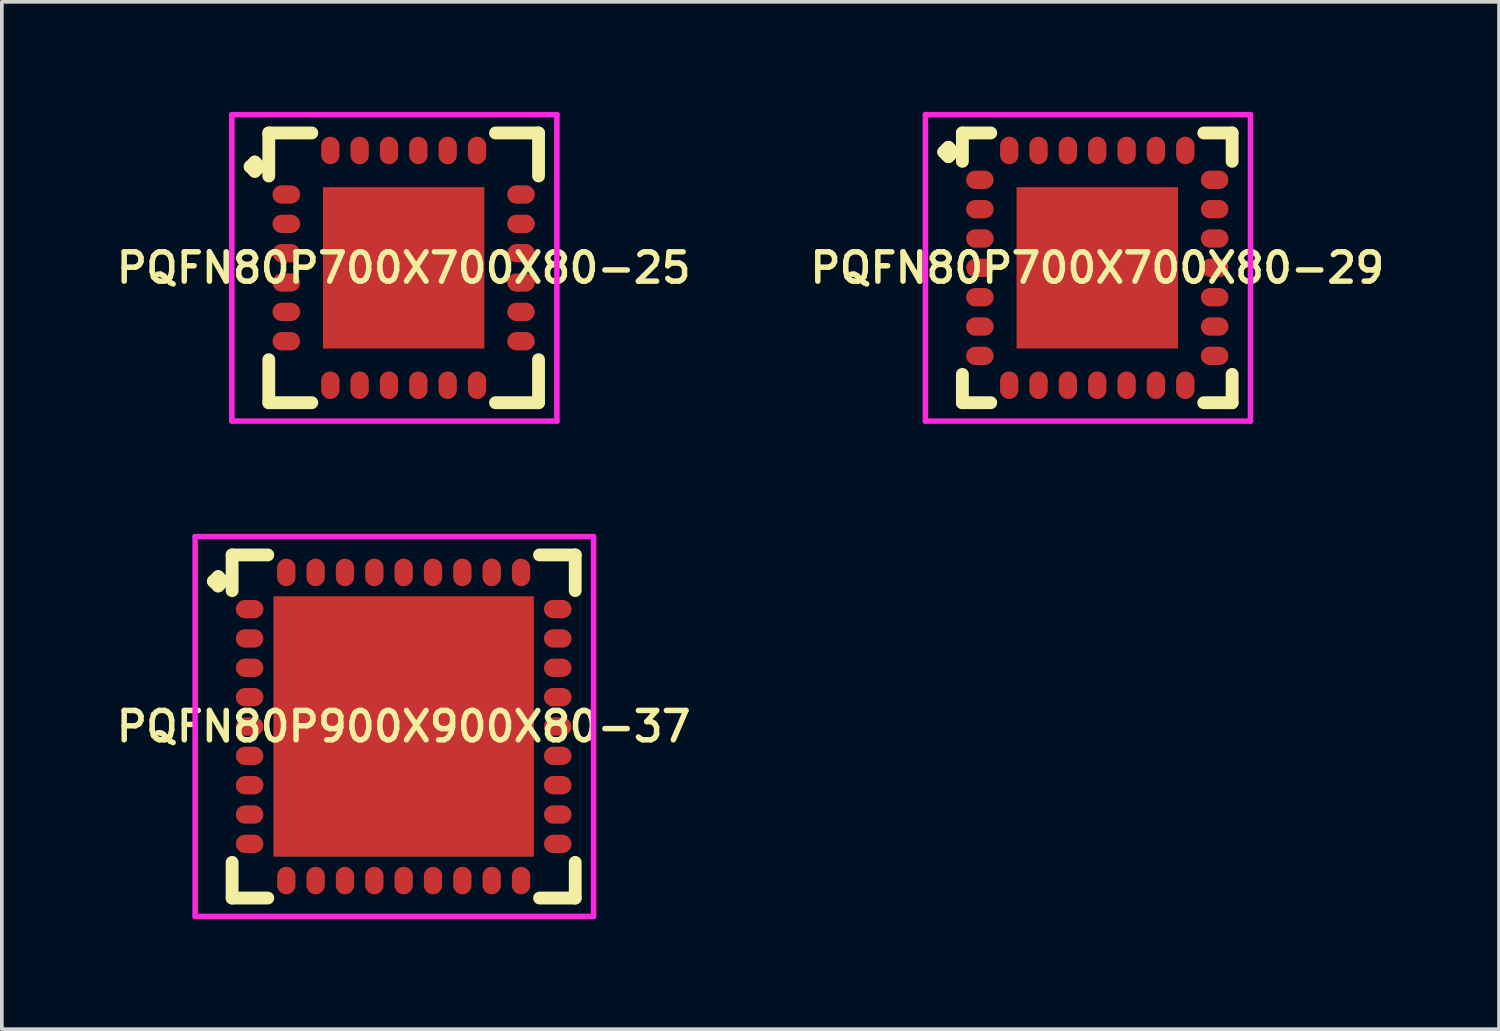
<source format=kicad_pcb>
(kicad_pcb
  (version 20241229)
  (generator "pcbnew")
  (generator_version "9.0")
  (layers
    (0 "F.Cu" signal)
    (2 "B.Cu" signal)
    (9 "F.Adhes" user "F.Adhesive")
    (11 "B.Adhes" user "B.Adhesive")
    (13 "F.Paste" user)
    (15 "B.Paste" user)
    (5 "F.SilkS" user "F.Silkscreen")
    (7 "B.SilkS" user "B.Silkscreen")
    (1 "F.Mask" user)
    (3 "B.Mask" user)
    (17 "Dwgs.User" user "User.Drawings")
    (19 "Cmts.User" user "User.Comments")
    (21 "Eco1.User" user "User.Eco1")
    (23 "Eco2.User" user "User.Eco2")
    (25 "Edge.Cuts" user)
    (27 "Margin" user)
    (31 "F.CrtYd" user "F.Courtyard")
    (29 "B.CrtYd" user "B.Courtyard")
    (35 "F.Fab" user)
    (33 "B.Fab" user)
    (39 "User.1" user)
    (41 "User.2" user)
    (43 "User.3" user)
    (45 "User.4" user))
  (footprint "PQFN80P900X900X80-37"
    (layer "F.Cu")
    (at 7.955 16.756)
    (property "Reference" "PQFN80P900X900X80-37" (at 0 0 0) (layer "F.SilkS") (effects (font (size 0.8 0.8) (thickness 0.15))))
    (attr through_hole)
    (fp_line (start -5.185 -3.958) (end -5.058 -4.085) (stroke (width 0.35) (type solid)) (layer "F.SilkS"))
    (fp_line (start -5.058 -4.085) (end -4.931 -3.958) (stroke (width 0.35) (type solid)) (layer "F.SilkS"))
    (fp_line (start -5.058 -3.831) (end -5.185 -3.958) (stroke (width 0.35) (type solid)) (layer "F.SilkS"))
    (fp_line (start -4.931 -3.958) (end -5.058 -3.831) (stroke (width 0.35) (type solid)) (layer "F.SilkS"))
    (fp_line (start -4.677 -4.677) (end -3.704 -4.677) (stroke (width 0.35) (type solid)) (layer "F.SilkS"))
    (fp_line (start -4.677 -3.704) (end -4.677 -4.677) (stroke (width 0.35) (type solid)) (layer "F.SilkS"))
    (fp_line (start -4.677 3.704) (end -4.677 4.677) (stroke (width 0.35) (type solid)) (layer "F.SilkS"))
    (fp_line (start -4.677 4.677) (end -3.704 4.677) (stroke (width 0.35) (type solid)) (layer "F.SilkS"))
    (fp_line (start 3.704 -4.677) (end 4.677 -4.677) (stroke (width 0.35) (type solid)) (layer "F.SilkS"))
    (fp_line (start 3.704 4.677) (end 4.677 4.677) (stroke (width 0.35) (type solid)) (layer "F.SilkS"))
    (fp_line (start 4.677 -4.677) (end 4.677 -3.704) (stroke (width 0.35) (type solid)) (layer "F.SilkS"))
    (fp_line (start 4.677 4.677) (end 4.677 3.704) (stroke (width 0.35) (type solid)) (layer "F.SilkS"))
    (fp_line (start -5.685 -5.177) (end 5.177 -5.177) (stroke (width 0.15) (type solid)) (layer "F.CrtYd"))
    (fp_line (start -5.685 5.177) (end -5.685 -5.177) (stroke (width 0.15) (type solid)) (layer "F.CrtYd"))
    (fp_line (start 5.177 -5.177) (end 5.177 5.177) (stroke (width 0.15) (type solid)) (layer "F.CrtYd"))
    (fp_line (start 5.177 5.177) (end -5.685 5.177) (stroke (width 0.15) (type solid)) (layer "F.CrtYd"))
    (pad "1" smd oval (at -4.2 -3.2) (size 0.75 0.5) (layers "F.Cu" "F.Mask" "F.Paste"))
    (pad "2" smd oval (at -4.2 -2.4) (size 0.75 0.5) (layers "F.Cu" "F.Mask" "F.Paste"))
    (pad "3" smd oval (at -4.2 -1.6) (size 0.75 0.5) (layers "F.Cu" "F.Mask" "F.Paste"))
    (pad "4" smd oval (at -4.2 -0.8) (size 0.75 0.5) (layers "F.Cu" "F.Mask" "F.Paste"))
    (pad "5" smd oval (at -4.2 0) (size 0.75 0.5) (layers "F.Cu" "F.Mask" "F.Paste"))
    (pad "6" smd oval (at -4.2 0.8) (size 0.75 0.5) (layers "F.Cu" "F.Mask" "F.Paste"))
    (pad "7" smd oval (at -4.2 1.6) (size 0.75 0.5) (layers "F.Cu" "F.Mask" "F.Paste"))
    (pad "8" smd oval (at -4.2 2.4) (size 0.75 0.5) (layers "F.Cu" "F.Mask" "F.Paste"))
    (pad "9" smd oval (at -4.2 3.2) (size 0.75 0.5) (layers "F.Cu" "F.Mask" "F.Paste"))
    (pad "10" smd oval (at -3.2 4.2) (size 0.5 0.75) (layers "F.Cu" "F.Mask" "F.Paste"))
    (pad "11" smd oval (at -2.4 4.2) (size 0.5 0.75) (layers "F.Cu" "F.Mask" "F.Paste"))
    (pad "12" smd oval (at -1.6 4.2) (size 0.5 0.75) (layers "F.Cu" "F.Mask" "F.Paste"))
    (pad "13" smd oval (at -0.8 4.2) (size 0.5 0.75) (layers "F.Cu" "F.Mask" "F.Paste"))
    (pad "14" smd oval (at 0 4.2) (size 0.5 0.75) (layers "F.Cu" "F.Mask" "F.Paste"))
    (pad "15" smd oval (at 0.8 4.2) (size 0.5 0.75) (layers "F.Cu" "F.Mask" "F.Paste"))
    (pad "16" smd oval (at 1.6 4.2) (size 0.5 0.75) (layers "F.Cu" "F.Mask" "F.Paste"))
    (pad "17" smd oval (at 2.4 4.2) (size 0.5 0.75) (layers "F.Cu" "F.Mask" "F.Paste"))
    (pad "18" smd oval (at 3.2 4.2) (size 0.5 0.75) (layers "F.Cu" "F.Mask" "F.Paste"))
    (pad "19" smd oval (at 4.2 3.2) (size 0.75 0.5) (layers "F.Cu" "F.Mask" "F.Paste"))
    (pad "20" smd oval (at 4.2 2.4) (size 0.75 0.5) (layers "F.Cu" "F.Mask" "F.Paste"))
    (pad "21" smd oval (at 4.2 1.6) (size 0.75 0.5) (layers "F.Cu" "F.Mask" "F.Paste"))
    (pad "22" smd oval (at 4.2 0.8) (size 0.75 0.5) (layers "F.Cu" "F.Mask" "F.Paste"))
    (pad "23" smd oval (at 4.2 0) (size 0.75 0.5) (layers "F.Cu" "F.Mask" "F.Paste"))
    (pad "24" smd oval (at 4.2 -0.8) (size 0.75 0.5) (layers "F.Cu" "F.Mask" "F.Paste"))
    (pad "25" smd oval (at 4.2 -1.6) (size 0.75 0.5) (layers "F.Cu" "F.Mask" "F.Paste"))
    (pad "26" smd oval (at 4.2 -2.4) (size 0.75 0.5) (layers "F.Cu" "F.Mask" "F.Paste"))
    (pad "27" smd oval (at 4.2 -3.2) (size 0.75 0.5) (layers "F.Cu" "F.Mask" "F.Paste"))
    (pad "28" smd oval (at 3.2 -4.2) (size 0.5 0.75) (layers "F.Cu" "F.Mask" "F.Paste"))
    (pad "29" smd oval (at 2.4 -4.2) (size 0.5 0.75) (layers "F.Cu" "F.Mask" "F.Paste"))
    (pad "30" smd oval (at 1.6 -4.2) (size 0.5 0.75) (layers "F.Cu" "F.Mask" "F.Paste"))
    (pad "31" smd oval (at 0.8 -4.2) (size 0.5 0.75) (layers "F.Cu" "F.Mask" "F.Paste"))
    (pad "32" smd oval (at 0 -4.2) (size 0.5 0.75) (layers "F.Cu" "F.Mask" "F.Paste"))
    (pad "33" smd oval (at -0.8 -4.2) (size 0.5 0.75) (layers "F.Cu" "F.Mask" "F.Paste"))
    (pad "34" smd oval (at -1.6 -4.2) (size 0.5 0.75) (layers "F.Cu" "F.Mask" "F.Paste"))
    (pad "35" smd oval (at -2.4 -4.2) (size 0.5 0.75) (layers "F.Cu" "F.Mask" "F.Paste"))
    (pad "36" smd oval (at -3.2 -4.2) (size 0.5 0.75) (layers "F.Cu" "F.Mask" "F.Paste"))
    (pad "37" smd rect (at 0 0) (size 7.1 7.1) (layers "F.Cu" "F.Mask" "F.Paste")))
  (footprint "PQFN80P700X700X80-25"
    (layer "F.Cu")
    (at 7.955 4.252)
    (property "Reference" "PQFN80P700X700X80-25" (at 0 0 0) (layer "F.SilkS") (effects (font (size 0.8 0.8) (thickness 0.15))))
    (attr smd)
    (fp_line (start -4.185 -2.758) (end -4.058 -2.885) (stroke (width 0.35) (type solid)) (layer "F.SilkS"))
    (fp_line (start -4.058 -2.885) (end -3.931 -2.758) (stroke (width 0.35) (type solid)) (layer "F.SilkS"))
    (fp_line (start -4.058 -2.631) (end -4.185 -2.758) (stroke (width 0.35) (type solid)) (layer "F.SilkS"))
    (fp_line (start -3.931 -2.758) (end -4.058 -2.631) (stroke (width 0.35) (type solid)) (layer "F.SilkS"))
    (fp_line (start -3.677 -3.677) (end -2.504 -3.677) (stroke (width 0.35) (type solid)) (layer "F.SilkS"))
    (fp_line (start -3.677 -2.504) (end -3.677 -3.677) (stroke (width 0.35) (type solid)) (layer "F.SilkS"))
    (fp_line (start -3.677 2.504) (end -3.677 3.677) (stroke (width 0.35) (type solid)) (layer "F.SilkS"))
    (fp_line (start -3.677 3.677) (end -2.504 3.677) (stroke (width 0.35) (type solid)) (layer "F.SilkS"))
    (fp_line (start 2.504 -3.677) (end 3.677 -3.677) (stroke (width 0.35) (type solid)) (layer "F.SilkS"))
    (fp_line (start 2.504 3.677) (end 3.677 3.677) (stroke (width 0.35) (type solid)) (layer "F.SilkS"))
    (fp_line (start 3.677 -3.677) (end 3.677 -2.504) (stroke (width 0.35) (type solid)) (layer "F.SilkS"))
    (fp_line (start 3.677 3.677) (end 3.677 2.504) (stroke (width 0.35) (type solid)) (layer "F.SilkS"))
    (fp_line (start -4.685 -4.177) (end 4.177 -4.177) (stroke (width 0.15) (type solid)) (layer "F.CrtYd"))
    (fp_line (start -4.685 4.177) (end -4.685 -4.177) (stroke (width 0.15) (type solid)) (layer "F.CrtYd"))
    (fp_line (start 4.177 -4.177) (end 4.177 4.177) (stroke (width 0.15) (type solid)) (layer "F.CrtYd"))
    (fp_line (start 4.177 4.177) (end -4.685 4.177) (stroke (width 0.15) (type solid)) (layer "F.CrtYd"))
    (pad "1" smd oval (at -3.2 -2) (size 0.75 0.5) (layers "F.Cu" "F.Mask" "F.Paste"))
    (pad "2" smd oval (at -3.2 -1.2) (size 0.75 0.5) (layers "F.Cu" "F.Mask" "F.Paste"))
    (pad "3" smd oval (at -3.2 -0.4) (size 0.75 0.5) (layers "F.Cu" "F.Mask" "F.Paste"))
    (pad "4" smd oval (at -3.2 0.4) (size 0.75 0.5) (layers "F.Cu" "F.Mask" "F.Paste"))
    (pad "5" smd oval (at -3.2 1.2) (size 0.75 0.5) (layers "F.Cu" "F.Mask" "F.Paste"))
    (pad "6" smd oval (at -3.2 2) (size 0.75 0.5) (layers "F.Cu" "F.Mask" "F.Paste"))
    (pad "7" smd oval (at -2 3.2) (size 0.5 0.75) (layers "F.Cu" "F.Mask" "F.Paste"))
    (pad "8" smd oval (at -1.2 3.2) (size 0.5 0.75) (layers "F.Cu" "F.Mask" "F.Paste"))
    (pad "9" smd oval (at -0.4 3.2) (size 0.5 0.75) (layers "F.Cu" "F.Mask" "F.Paste"))
    (pad "10" smd oval (at 0.4 3.2) (size 0.5 0.75) (layers "F.Cu" "F.Mask" "F.Paste"))
    (pad "11" smd oval (at 1.2 3.2) (size 0.5 0.75) (layers "F.Cu" "F.Mask" "F.Paste"))
    (pad "12" smd oval (at 2 3.2) (size 0.5 0.75) (layers "F.Cu" "F.Mask" "F.Paste"))
    (pad "13" smd oval (at 3.2 2) (size 0.75 0.5) (layers "F.Cu" "F.Mask" "F.Paste"))
    (pad "14" smd oval (at 3.2 1.2) (size 0.75 0.5) (layers "F.Cu" "F.Mask" "F.Paste"))
    (pad "15" smd oval (at 3.2 0.4) (size 0.75 0.5) (layers "F.Cu" "F.Mask" "F.Paste"))
    (pad "16" smd oval (at 3.2 -0.4) (size 0.75 0.5) (layers "F.Cu" "F.Mask" "F.Paste"))
    (pad "17" smd oval (at 3.2 -1.2) (size 0.75 0.5) (layers "F.Cu" "F.Mask" "F.Paste"))
    (pad "18" smd oval (at 3.2 -2) (size 0.75 0.5) (layers "F.Cu" "F.Mask" "F.Paste"))
    (pad "19" smd oval (at 2 -3.2) (size 0.5 0.75) (layers "F.Cu" "F.Mask" "F.Paste"))
    (pad "20" smd oval (at 1.2 -3.2) (size 0.5 0.75) (layers "F.Cu" "F.Mask" "F.Paste"))
    (pad "21" smd oval (at 0.4 -3.2) (size 0.5 0.75) (layers "F.Cu" "F.Mask" "F.Paste"))
    (pad "22" smd oval (at -0.4 -3.2) (size 0.5 0.75) (layers "F.Cu" "F.Mask" "F.Paste"))
    (pad "23" smd oval (at -1.2 -3.2) (size 0.5 0.75) (layers "F.Cu" "F.Mask" "F.Paste"))
    (pad "24" smd oval (at -2 -3.2) (size 0.5 0.75) (layers "F.Cu" "F.Mask" "F.Paste"))
    (pad "25" smd rect (at 0 0) (size 4.4 4.4) (layers "F.Cu" "F.Mask" "F.Paste")))
  (footprint "PQFN80P700X700X80-29"
    (layer "F.Cu")
    (at 26.864 4.252)
    (property "Reference" "PQFN80P700X700X80-29" (at 0 0 0) (layer "F.SilkS") (effects (font (size 0.8 0.8) (thickness 0.15))))
    (attr through_hole)
    (fp_line (start -4.185 -3.158) (end -4.058 -3.285) (stroke (width 0.35) (type solid)) (layer "F.SilkS"))
    (fp_line (start -4.058 -3.285) (end -3.931 -3.158) (stroke (width 0.35) (type solid)) (layer "F.SilkS"))
    (fp_line (start -4.058 -3.031) (end -4.185 -3.158) (stroke (width 0.35) (type solid)) (layer "F.SilkS"))
    (fp_line (start -3.931 -3.158) (end -4.058 -3.031) (stroke (width 0.35) (type solid)) (layer "F.SilkS"))
    (fp_line (start -3.677 -3.677) (end -2.904 -3.677) (stroke (width 0.35) (type solid)) (layer "F.SilkS"))
    (fp_line (start -3.677 -2.904) (end -3.677 -3.677) (stroke (width 0.35) (type solid)) (layer "F.SilkS"))
    (fp_line (start -3.677 2.904) (end -3.677 3.677) (stroke (width 0.35) (type solid)) (layer "F.SilkS"))
    (fp_line (start -3.677 3.677) (end -2.904 3.677) (stroke (width 0.35) (type solid)) (layer "F.SilkS"))
    (fp_line (start 2.904 -3.677) (end 3.677 -3.677) (stroke (width 0.35) (type solid)) (layer "F.SilkS"))
    (fp_line (start 2.904 3.677) (end 3.677 3.677) (stroke (width 0.35) (type solid)) (layer "F.SilkS"))
    (fp_line (start 3.677 -3.677) (end 3.677 -2.904) (stroke (width 0.35) (type solid)) (layer "F.SilkS"))
    (fp_line (start 3.677 3.677) (end 3.677 2.904) (stroke (width 0.35) (type solid)) (layer "F.SilkS"))
    (fp_line (start -4.685 -4.177) (end 4.177 -4.177) (stroke (width 0.15) (type solid)) (layer "F.CrtYd"))
    (fp_line (start -4.685 4.177) (end -4.685 -4.177) (stroke (width 0.15) (type solid)) (layer "F.CrtYd"))
    (fp_line (start 4.177 -4.177) (end 4.177 4.177) (stroke (width 0.15) (type solid)) (layer "F.CrtYd"))
    (fp_line (start 4.177 4.177) (end -4.685 4.177) (stroke (width 0.15) (type solid)) (layer "F.CrtYd"))
    (pad "1" smd oval (at -3.2 -2.4) (size 0.75 0.5) (layers "F.Cu" "F.Mask" "F.Paste"))
    (pad "2" smd oval (at -3.2 -1.6) (size 0.75 0.5) (layers "F.Cu" "F.Mask" "F.Paste"))
    (pad "3" smd oval (at -3.2 -0.8) (size 0.75 0.5) (layers "F.Cu" "F.Mask" "F.Paste"))
    (pad "4" smd oval (at -3.2 0) (size 0.75 0.5) (layers "F.Cu" "F.Mask" "F.Paste"))
    (pad "5" smd oval (at -3.2 0.8) (size 0.75 0.5) (layers "F.Cu" "F.Mask" "F.Paste"))
    (pad "6" smd oval (at -3.2 1.6) (size 0.75 0.5) (layers "F.Cu" "F.Mask" "F.Paste"))
    (pad "7" smd oval (at -3.2 2.4) (size 0.75 0.5) (layers "F.Cu" "F.Mask" "F.Paste"))
    (pad "8" smd oval (at -2.4 3.2) (size 0.5 0.75) (layers "F.Cu" "F.Mask" "F.Paste"))
    (pad "9" smd oval (at -1.6 3.2) (size 0.5 0.75) (layers "F.Cu" "F.Mask" "F.Paste"))
    (pad "10" smd oval (at -0.8 3.2) (size 0.5 0.75) (layers "F.Cu" "F.Mask" "F.Paste"))
    (pad "11" smd oval (at 0 3.2) (size 0.5 0.75) (layers "F.Cu" "F.Mask" "F.Paste"))
    (pad "12" smd oval (at 0.8 3.2) (size 0.5 0.75) (layers "F.Cu" "F.Mask" "F.Paste"))
    (pad "13" smd oval (at 1.6 3.2) (size 0.5 0.75) (layers "F.Cu" "F.Mask" "F.Paste"))
    (pad "14" smd oval (at 2.4 3.2) (size 0.5 0.75) (layers "F.Cu" "F.Mask" "F.Paste"))
    (pad "15" smd oval (at 3.2 2.4) (size 0.75 0.5) (layers "F.Cu" "F.Mask" "F.Paste"))
    (pad "16" smd oval (at 3.2 1.6) (size 0.75 0.5) (layers "F.Cu" "F.Mask" "F.Paste"))
    (pad "17" smd oval (at 3.2 0.8) (size 0.75 0.5) (layers "F.Cu" "F.Mask" "F.Paste"))
    (pad "18" smd oval (at 3.2 0) (size 0.75 0.5) (layers "F.Cu" "F.Mask" "F.Paste"))
    (pad "19" smd oval (at 3.2 -0.8) (size 0.75 0.5) (layers "F.Cu" "F.Mask" "F.Paste"))
    (pad "20" smd oval (at 3.2 -1.6) (size 0.75 0.5) (layers "F.Cu" "F.Mask" "F.Paste"))
    (pad "21" smd oval (at 3.2 -2.4) (size 0.75 0.5) (layers "F.Cu" "F.Mask" "F.Paste"))
    (pad "22" smd oval (at 2.4 -3.2) (size 0.5 0.75) (layers "F.Cu" "F.Mask" "F.Paste"))
    (pad "23" smd oval (at 1.6 -3.2) (size 0.5 0.75) (layers "F.Cu" "F.Mask" "F.Paste"))
    (pad "24" smd oval (at 0.8 -3.2) (size 0.5 0.75) (layers "F.Cu" "F.Mask" "F.Paste"))
    (pad "25" smd oval (at 0 -3.2) (size 0.5 0.75) (layers "F.Cu" "F.Mask" "F.Paste"))
    (pad "26" smd oval (at -0.8 -3.2) (size 0.5 0.75) (layers "F.Cu" "F.Mask" "F.Paste"))
    (pad "27" smd oval (at -1.6 -3.2) (size 0.5 0.75) (layers "F.Cu" "F.Mask" "F.Paste"))
    (pad "28" smd oval (at -2.4 -3.2) (size 0.5 0.75) (layers "F.Cu" "F.Mask" "F.Paste"))
    (pad "29" smd rect (at 0 0) (size 4.4 4.4) (layers "F.Cu" "F.Mask" "F.Paste")))
  (gr_rect
    (start -3 -3)
    (end 37.818 25.008)
    (stroke (width 0.1) (type default))
    (fill no)
    (layer "Edge.Cuts")))
</source>
